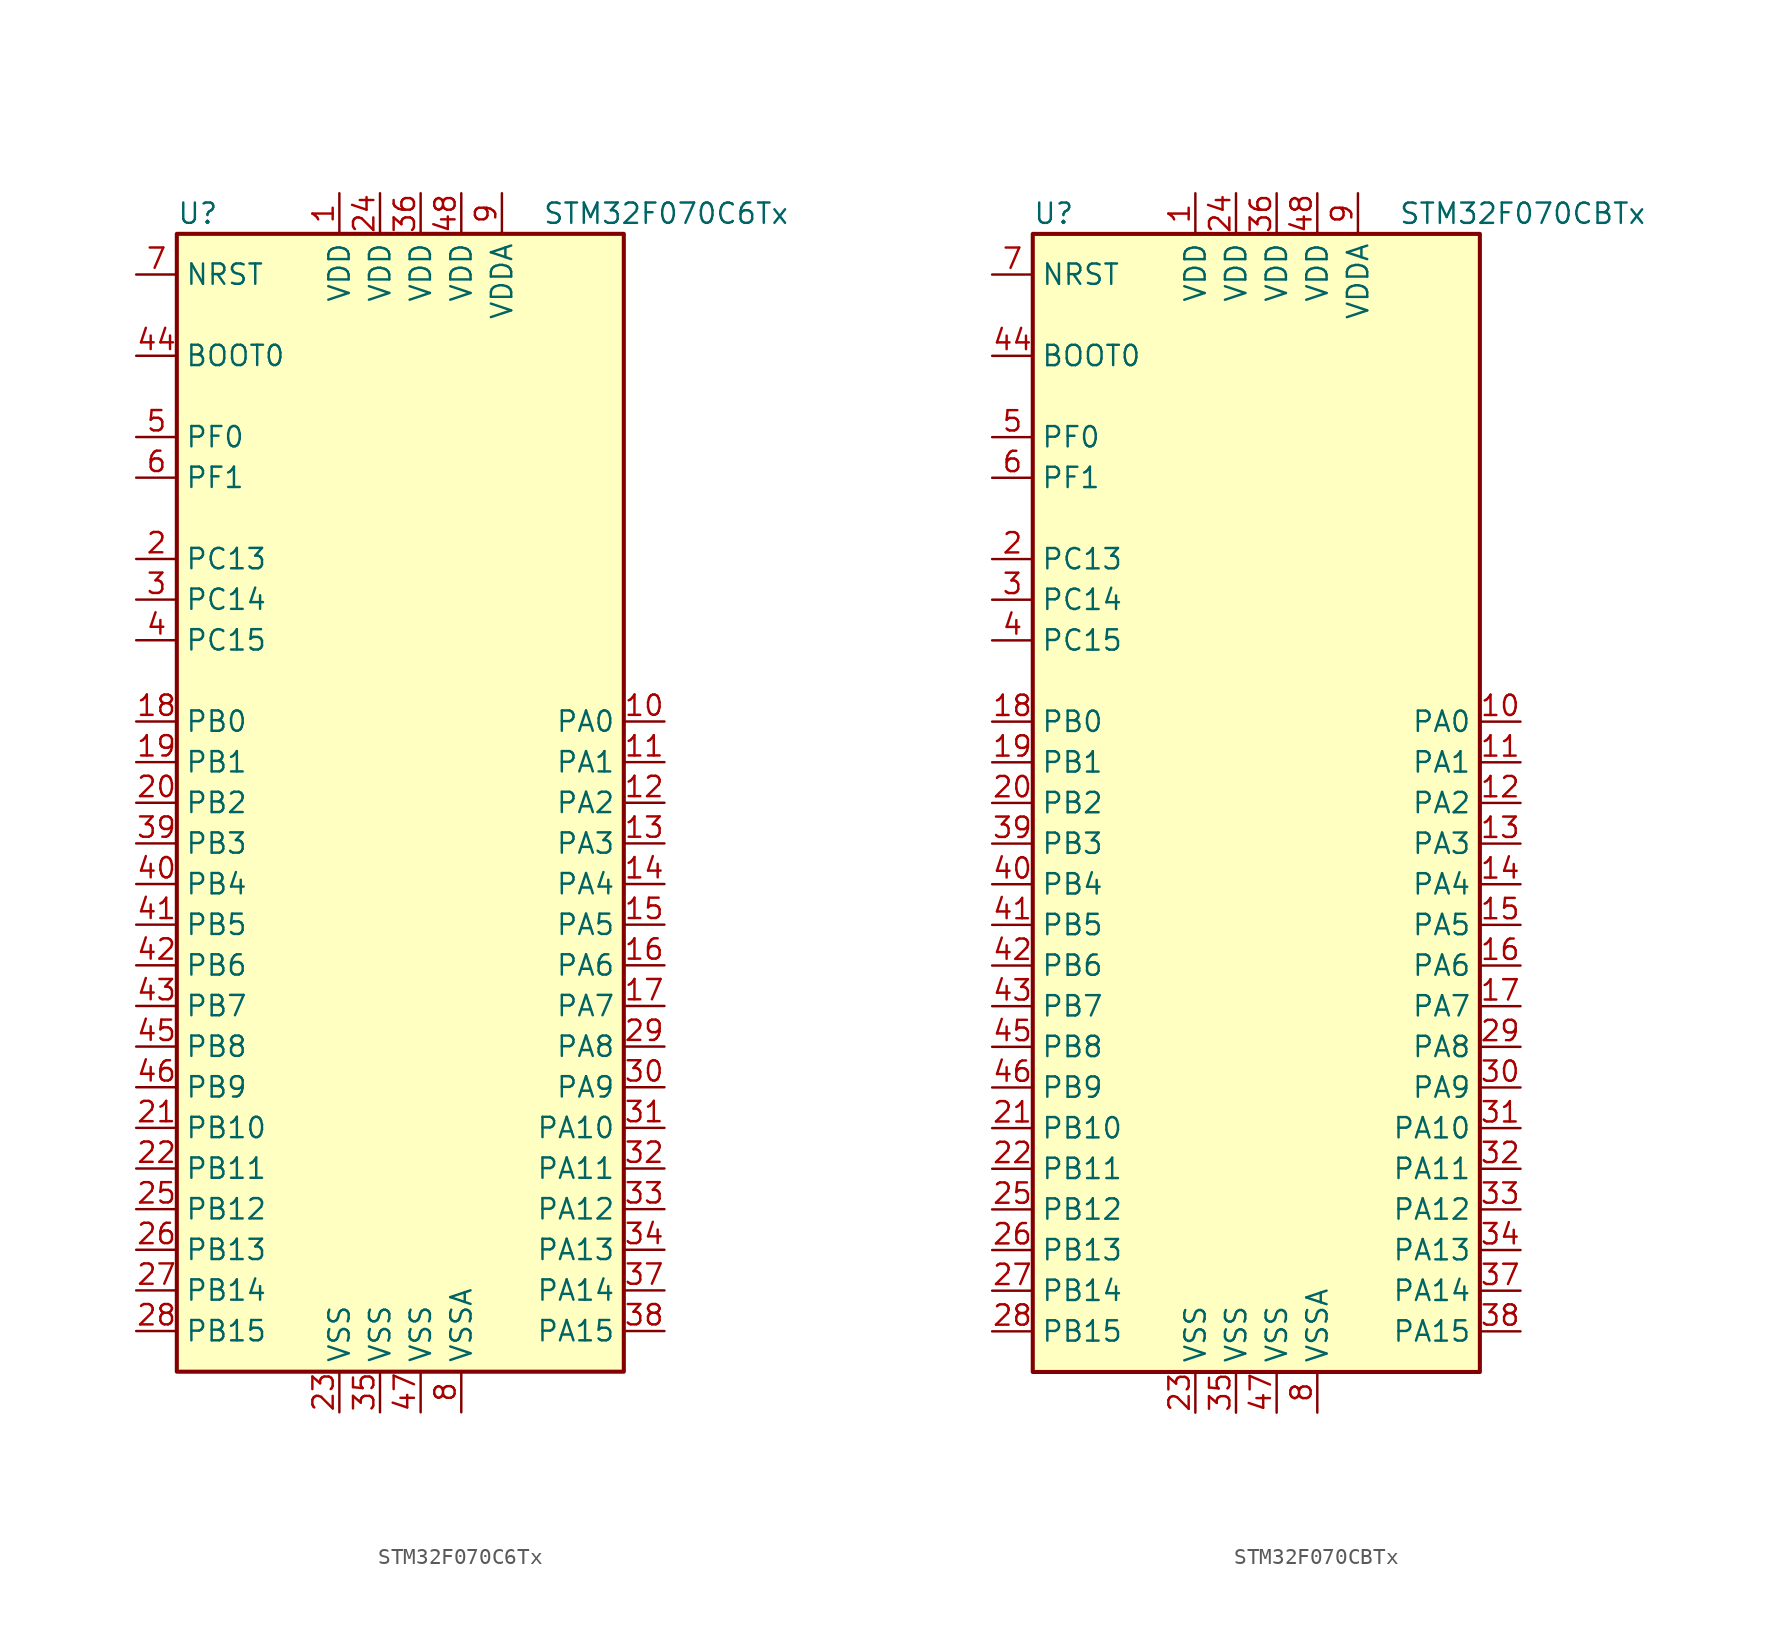
<source format=kicad_sym>
(kicad_symbol_lib
  (version 20201005)
  (generator kicad_symbol_editor)
  (symbol "STM32F070C6Tx"
    (property "Reference" "U"
      (at -15.24 36.83 0)
      (effects (font (size 1.27 1.27)) (justify left)))
    (property "Value" "STM32F070C6Tx"
      (at 7.62 36.83 0)
      (effects (font (size 1.27 1.27)) (justify left)))
    (symbol "STM32F070C6Tx_0_1"
      (rectangle (start -15.24 -35.56) (end 12.7 35.56) (stroke (width 0.254)) (fill (type background))))
    (symbol "STM32F070C6Tx_1_1"
      (pin power_in line (at -5.08 38.1 270) (length 2.54) (name "VDD" (effects (font (size 1.27 1.27)))) (number "1" (effects (font (size 1.27 1.27)))))
      (pin bidirectional line (at 15.24 5.08 180) (length 2.54) (name "PA0" (effects (font (size 1.27 1.27)))) (number "10" (effects (font (size 1.27 1.27)))))
      (pin bidirectional line (at 15.24 2.54 180) (length 2.54) (name "PA1" (effects (font (size 1.27 1.27)))) (number "11" (effects (font (size 1.27 1.27)))))
      (pin bidirectional line (at 15.24 0 180) (length 2.54) (name "PA2" (effects (font (size 1.27 1.27)))) (number "12" (effects (font (size 1.27 1.27)))))
      (pin bidirectional line (at 15.24 -2.54 180) (length 2.54) (name "PA3" (effects (font (size 1.27 1.27)))) (number "13" (effects (font (size 1.27 1.27)))))
      (pin bidirectional line (at 15.24 -5.08 180) (length 2.54) (name "PA4" (effects (font (size 1.27 1.27)))) (number "14" (effects (font (size 1.27 1.27)))))
      (pin bidirectional line (at 15.24 -7.62 180) (length 2.54) (name "PA5" (effects (font (size 1.27 1.27)))) (number "15" (effects (font (size 1.27 1.27)))))
      (pin bidirectional line (at 15.24 -10.16 180) (length 2.54) (name "PA6" (effects (font (size 1.27 1.27)))) (number "16" (effects (font (size 1.27 1.27)))))
      (pin bidirectional line (at 15.24 -12.7 180) (length 2.54) (name "PA7" (effects (font (size 1.27 1.27)))) (number "17" (effects (font (size 1.27 1.27)))))
      (pin bidirectional line (at -17.78 5.08 0) (length 2.54) (name "PB0" (effects (font (size 1.27 1.27)))) (number "18" (effects (font (size 1.27 1.27)))))
      (pin bidirectional line (at -17.78 2.54 0) (length 2.54) (name "PB1" (effects (font (size 1.27 1.27)))) (number "19" (effects (font (size 1.27 1.27)))))
      (pin bidirectional line (at -17.78 15.24 0) (length 2.54) (name "PC13" (effects (font (size 1.27 1.27)))) (number "2" (effects (font (size 1.27 1.27)))))
      (pin bidirectional line (at -17.78 0 0) (length 2.54) (name "PB2" (effects (font (size 1.27 1.27)))) (number "20" (effects (font (size 1.27 1.27)))))
      (pin bidirectional line (at -17.78 -20.32 0) (length 2.54) (name "PB10" (effects (font (size 1.27 1.27)))) (number "21" (effects (font (size 1.27 1.27)))))
      (pin bidirectional line (at -17.78 -22.86 0) (length 2.54) (name "PB11" (effects (font (size 1.27 1.27)))) (number "22" (effects (font (size 1.27 1.27)))))
      (pin power_in line (at -5.08 -38.1 90) (length 2.54) (name "VSS" (effects (font (size 1.27 1.27)))) (number "23" (effects (font (size 1.27 1.27)))))
      (pin power_in line (at -2.54 38.1 270) (length 2.54) (name "VDD" (effects (font (size 1.27 1.27)))) (number "24" (effects (font (size 1.27 1.27)))))
      (pin bidirectional line (at -17.78 -25.4 0) (length 2.54) (name "PB12" (effects (font (size 1.27 1.27)))) (number "25" (effects (font (size 1.27 1.27)))))
      (pin bidirectional line (at -17.78 -27.94 0) (length 2.54) (name "PB13" (effects (font (size 1.27 1.27)))) (number "26" (effects (font (size 1.27 1.27)))))
      (pin bidirectional line (at -17.78 -30.48 0) (length 2.54) (name "PB14" (effects (font (size 1.27 1.27)))) (number "27" (effects (font (size 1.27 1.27)))))
      (pin bidirectional line (at -17.78 -33.02 0) (length 2.54) (name "PB15" (effects (font (size 1.27 1.27)))) (number "28" (effects (font (size 1.27 1.27)))))
      (pin bidirectional line (at 15.24 -15.24 180) (length 2.54) (name "PA8" (effects (font (size 1.27 1.27)))) (number "29" (effects (font (size 1.27 1.27)))))
      (pin bidirectional line (at -17.78 12.7 0) (length 2.54) (name "PC14" (effects (font (size 1.27 1.27)))) (number "3" (effects (font (size 1.27 1.27)))))
      (pin bidirectional line (at 15.24 -17.78 180) (length 2.54) (name "PA9" (effects (font (size 1.27 1.27)))) (number "30" (effects (font (size 1.27 1.27)))))
      (pin bidirectional line (at 15.24 -20.32 180) (length 2.54) (name "PA10" (effects (font (size 1.27 1.27)))) (number "31" (effects (font (size 1.27 1.27)))))
      (pin bidirectional line (at 15.24 -22.86 180) (length 2.54) (name "PA11" (effects (font (size 1.27 1.27)))) (number "32" (effects (font (size 1.27 1.27)))))
      (pin bidirectional line (at 15.24 -25.4 180) (length 2.54) (name "PA12" (effects (font (size 1.27 1.27)))) (number "33" (effects (font (size 1.27 1.27)))))
      (pin bidirectional line (at 15.24 -27.94 180) (length 2.54) (name "PA13" (effects (font (size 1.27 1.27)))) (number "34" (effects (font (size 1.27 1.27)))))
      (pin power_in line (at -2.54 -38.1 90) (length 2.54) (name "VSS" (effects (font (size 1.27 1.27)))) (number "35" (effects (font (size 1.27 1.27)))))
      (pin power_in line (at 0 38.1 270) (length 2.54) (name "VDD" (effects (font (size 1.27 1.27)))) (number "36" (effects (font (size 1.27 1.27)))))
      (pin bidirectional line (at 15.24 -30.48 180) (length 2.54) (name "PA14" (effects (font (size 1.27 1.27)))) (number "37" (effects (font (size 1.27 1.27)))))
      (pin bidirectional line (at 15.24 -33.02 180) (length 2.54) (name "PA15" (effects (font (size 1.27 1.27)))) (number "38" (effects (font (size 1.27 1.27)))))
      (pin bidirectional line (at -17.78 -2.54 0) (length 2.54) (name "PB3" (effects (font (size 1.27 1.27)))) (number "39" (effects (font (size 1.27 1.27)))))
      (pin bidirectional line (at -17.78 10.16 0) (length 2.54) (name "PC15" (effects (font (size 1.27 1.27)))) (number "4" (effects (font (size 1.27 1.27)))))
      (pin bidirectional line (at -17.78 -5.08 0) (length 2.54) (name "PB4" (effects (font (size 1.27 1.27)))) (number "40" (effects (font (size 1.27 1.27)))))
      (pin bidirectional line (at -17.78 -7.62 0) (length 2.54) (name "PB5" (effects (font (size 1.27 1.27)))) (number "41" (effects (font (size 1.27 1.27)))))
      (pin bidirectional line (at -17.78 -10.16 0) (length 2.54) (name "PB6" (effects (font (size 1.27 1.27)))) (number "42" (effects (font (size 1.27 1.27)))))
      (pin bidirectional line (at -17.78 -12.7 0) (length 2.54) (name "PB7" (effects (font (size 1.27 1.27)))) (number "43" (effects (font (size 1.27 1.27)))))
      (pin input line (at -17.78 27.94 0) (length 2.54) (name "BOOT0" (effects (font (size 1.27 1.27)))) (number "44" (effects (font (size 1.27 1.27)))))
      (pin bidirectional line (at -17.78 -15.24 0) (length 2.54) (name "PB8" (effects (font (size 1.27 1.27)))) (number "45" (effects (font (size 1.27 1.27)))))
      (pin bidirectional line (at -17.78 -17.78 0) (length 2.54) (name "PB9" (effects (font (size 1.27 1.27)))) (number "46" (effects (font (size 1.27 1.27)))))
      (pin power_in line (at 0 -38.1 90) (length 2.54) (name "VSS" (effects (font (size 1.27 1.27)))) (number "47" (effects (font (size 1.27 1.27)))))
      (pin power_in line (at 2.54 38.1 270) (length 2.54) (name "VDD" (effects (font (size 1.27 1.27)))) (number "48" (effects (font (size 1.27 1.27)))))
      (pin input line (at -17.78 22.86 0) (length 2.54) (name "PF0" (effects (font (size 1.27 1.27)))) (number "5" (effects (font (size 1.27 1.27)))))
      (pin input line (at -17.78 20.32 0) (length 2.54) (name "PF1" (effects (font (size 1.27 1.27)))) (number "6" (effects (font (size 1.27 1.27)))))
      (pin input line (at -17.78 33.02 0) (length 2.54) (name "NRST" (effects (font (size 1.27 1.27)))) (number "7" (effects (font (size 1.27 1.27)))))
      (pin power_in line (at 2.54 -38.1 90) (length 2.54) (name "VSSA" (effects (font (size 1.27 1.27)))) (number "8" (effects (font (size 1.27 1.27)))))
      (pin power_in line (at 5.08 38.1 270) (length 2.54) (name "VDDA" (effects (font (size 1.27 1.27)))) (number "9" (effects (font (size 1.27 1.27)))))))
  (symbol "STM32F070CBTx"
    (property "Reference" "U"
      (at -15.24 36.83 0)
      (effects (font (size 1.27 1.27)) (justify left)))
    (property "Value" "STM32F070CBTx"
      (at 7.62 36.83 0)
      (effects (font (size 1.27 1.27)) (justify left)))
    (symbol "STM32F070CBTx_0_1"
      (rectangle (start -15.24 -35.56) (end 12.7 35.56) (stroke (width 0.254)) (fill (type background))))
    (symbol "STM32F070CBTx_1_1"
      (pin power_in line (at -5.08 38.1 270) (length 2.54) (name "VDD" (effects (font (size 1.27 1.27)))) (number "1" (effects (font (size 1.27 1.27)))))
      (pin bidirectional line (at 15.24 5.08 180) (length 2.54) (name "PA0" (effects (font (size 1.27 1.27)))) (number "10" (effects (font (size 1.27 1.27)))))
      (pin bidirectional line (at 15.24 2.54 180) (length 2.54) (name "PA1" (effects (font (size 1.27 1.27)))) (number "11" (effects (font (size 1.27 1.27)))))
      (pin bidirectional line (at 15.24 0 180) (length 2.54) (name "PA2" (effects (font (size 1.27 1.27)))) (number "12" (effects (font (size 1.27 1.27)))))
      (pin bidirectional line (at 15.24 -2.54 180) (length 2.54) (name "PA3" (effects (font (size 1.27 1.27)))) (number "13" (effects (font (size 1.27 1.27)))))
      (pin bidirectional line (at 15.24 -5.08 180) (length 2.54) (name "PA4" (effects (font (size 1.27 1.27)))) (number "14" (effects (font (size 1.27 1.27)))))
      (pin bidirectional line (at 15.24 -7.62 180) (length 2.54) (name "PA5" (effects (font (size 1.27 1.27)))) (number "15" (effects (font (size 1.27 1.27)))))
      (pin bidirectional line (at 15.24 -10.16 180) (length 2.54) (name "PA6" (effects (font (size 1.27 1.27)))) (number "16" (effects (font (size 1.27 1.27)))))
      (pin bidirectional line (at 15.24 -12.7 180) (length 2.54) (name "PA7" (effects (font (size 1.27 1.27)))) (number "17" (effects (font (size 1.27 1.27)))))
      (pin bidirectional line (at -17.78 5.08 0) (length 2.54) (name "PB0" (effects (font (size 1.27 1.27)))) (number "18" (effects (font (size 1.27 1.27)))))
      (pin bidirectional line (at -17.78 2.54 0) (length 2.54) (name "PB1" (effects (font (size 1.27 1.27)))) (number "19" (effects (font (size 1.27 1.27)))))
      (pin bidirectional line (at -17.78 15.24 0) (length 2.54) (name "PC13" (effects (font (size 1.27 1.27)))) (number "2" (effects (font (size 1.27 1.27)))))
      (pin bidirectional line (at -17.78 0 0) (length 2.54) (name "PB2" (effects (font (size 1.27 1.27)))) (number "20" (effects (font (size 1.27 1.27)))))
      (pin bidirectional line (at -17.78 -20.32 0) (length 2.54) (name "PB10" (effects (font (size 1.27 1.27)))) (number "21" (effects (font (size 1.27 1.27)))))
      (pin bidirectional line (at -17.78 -22.86 0) (length 2.54) (name "PB11" (effects (font (size 1.27 1.27)))) (number "22" (effects (font (size 1.27 1.27)))))
      (pin power_in line (at -5.08 -38.1 90) (length 2.54) (name "VSS" (effects (font (size 1.27 1.27)))) (number "23" (effects (font (size 1.27 1.27)))))
      (pin power_in line (at -2.54 38.1 270) (length 2.54) (name "VDD" (effects (font (size 1.27 1.27)))) (number "24" (effects (font (size 1.27 1.27)))))
      (pin bidirectional line (at -17.78 -25.4 0) (length 2.54) (name "PB12" (effects (font (size 1.27 1.27)))) (number "25" (effects (font (size 1.27 1.27)))))
      (pin bidirectional line (at -17.78 -27.94 0) (length 2.54) (name "PB13" (effects (font (size 1.27 1.27)))) (number "26" (effects (font (size 1.27 1.27)))))
      (pin bidirectional line (at -17.78 -30.48 0) (length 2.54) (name "PB14" (effects (font (size 1.27 1.27)))) (number "27" (effects (font (size 1.27 1.27)))))
      (pin bidirectional line (at -17.78 -33.02 0) (length 2.54) (name "PB15" (effects (font (size 1.27 1.27)))) (number "28" (effects (font (size 1.27 1.27)))))
      (pin bidirectional line (at 15.24 -15.24 180) (length 2.54) (name "PA8" (effects (font (size 1.27 1.27)))) (number "29" (effects (font (size 1.27 1.27)))))
      (pin bidirectional line (at -17.78 12.7 0) (length 2.54) (name "PC14" (effects (font (size 1.27 1.27)))) (number "3" (effects (font (size 1.27 1.27)))))
      (pin bidirectional line (at 15.24 -17.78 180) (length 2.54) (name "PA9" (effects (font (size 1.27 1.27)))) (number "30" (effects (font (size 1.27 1.27)))))
      (pin bidirectional line (at 15.24 -20.32 180) (length 2.54) (name "PA10" (effects (font (size 1.27 1.27)))) (number "31" (effects (font (size 1.27 1.27)))))
      (pin bidirectional line (at 15.24 -22.86 180) (length 2.54) (name "PA11" (effects (font (size 1.27 1.27)))) (number "32" (effects (font (size 1.27 1.27)))))
      (pin bidirectional line (at 15.24 -25.4 180) (length 2.54) (name "PA12" (effects (font (size 1.27 1.27)))) (number "33" (effects (font (size 1.27 1.27)))))
      (pin bidirectional line (at 15.24 -27.94 180) (length 2.54) (name "PA13" (effects (font (size 1.27 1.27)))) (number "34" (effects (font (size 1.27 1.27)))))
      (pin power_in line (at -2.54 -38.1 90) (length 2.54) (name "VSS" (effects (font (size 1.27 1.27)))) (number "35" (effects (font (size 1.27 1.27)))))
      (pin power_in line (at 0 38.1 270) (length 2.54) (name "VDD" (effects (font (size 1.27 1.27)))) (number "36" (effects (font (size 1.27 1.27)))))
      (pin bidirectional line (at 15.24 -30.48 180) (length 2.54) (name "PA14" (effects (font (size 1.27 1.27)))) (number "37" (effects (font (size 1.27 1.27)))))
      (pin bidirectional line (at 15.24 -33.02 180) (length 2.54) (name "PA15" (effects (font (size 1.27 1.27)))) (number "38" (effects (font (size 1.27 1.27)))))
      (pin bidirectional line (at -17.78 -2.54 0) (length 2.54) (name "PB3" (effects (font (size 1.27 1.27)))) (number "39" (effects (font (size 1.27 1.27)))))
      (pin bidirectional line (at -17.78 10.16 0) (length 2.54) (name "PC15" (effects (font (size 1.27 1.27)))) (number "4" (effects (font (size 1.27 1.27)))))
      (pin bidirectional line (at -17.78 -5.08 0) (length 2.54) (name "PB4" (effects (font (size 1.27 1.27)))) (number "40" (effects (font (size 1.27 1.27)))))
      (pin bidirectional line (at -17.78 -7.62 0) (length 2.54) (name "PB5" (effects (font (size 1.27 1.27)))) (number "41" (effects (font (size 1.27 1.27)))))
      (pin bidirectional line (at -17.78 -10.16 0) (length 2.54) (name "PB6" (effects (font (size 1.27 1.27)))) (number "42" (effects (font (size 1.27 1.27)))))
      (pin bidirectional line (at -17.78 -12.7 0) (length 2.54) (name "PB7" (effects (font (size 1.27 1.27)))) (number "43" (effects (font (size 1.27 1.27)))))
      (pin input line (at -17.78 27.94 0) (length 2.54) (name "BOOT0" (effects (font (size 1.27 1.27)))) (number "44" (effects (font (size 1.27 1.27)))))
      (pin bidirectional line (at -17.78 -15.24 0) (length 2.54) (name "PB8" (effects (font (size 1.27 1.27)))) (number "45" (effects (font (size 1.27 1.27)))))
      (pin bidirectional line (at -17.78 -17.78 0) (length 2.54) (name "PB9" (effects (font (size 1.27 1.27)))) (number "46" (effects (font (size 1.27 1.27)))))
      (pin power_in line (at 0 -38.1 90) (length 2.54) (name "VSS" (effects (font (size 1.27 1.27)))) (number "47" (effects (font (size 1.27 1.27)))))
      (pin power_in line (at 2.54 38.1 270) (length 2.54) (name "VDD" (effects (font (size 1.27 1.27)))) (number "48" (effects (font (size 1.27 1.27)))))
      (pin input line (at -17.78 22.86 0) (length 2.54) (name "PF0" (effects (font (size 1.27 1.27)))) (number "5" (effects (font (size 1.27 1.27)))))
      (pin input line (at -17.78 20.32 0) (length 2.54) (name "PF1" (effects (font (size 1.27 1.27)))) (number "6" (effects (font (size 1.27 1.27)))))
      (pin input line (at -17.78 33.02 0) (length 2.54) (name "NRST" (effects (font (size 1.27 1.27)))) (number "7" (effects (font (size 1.27 1.27)))))
      (pin power_in line (at 2.54 -38.1 90) (length 2.54) (name "VSSA" (effects (font (size 1.27 1.27)))) (number "8" (effects (font (size 1.27 1.27)))))
      (pin power_in line (at 5.08 38.1 270) (length 2.54) (name "VDDA" (effects (font (size 1.27 1.27)))) (number "9" (effects (font (size 1.27 1.27))))))))
</source>
